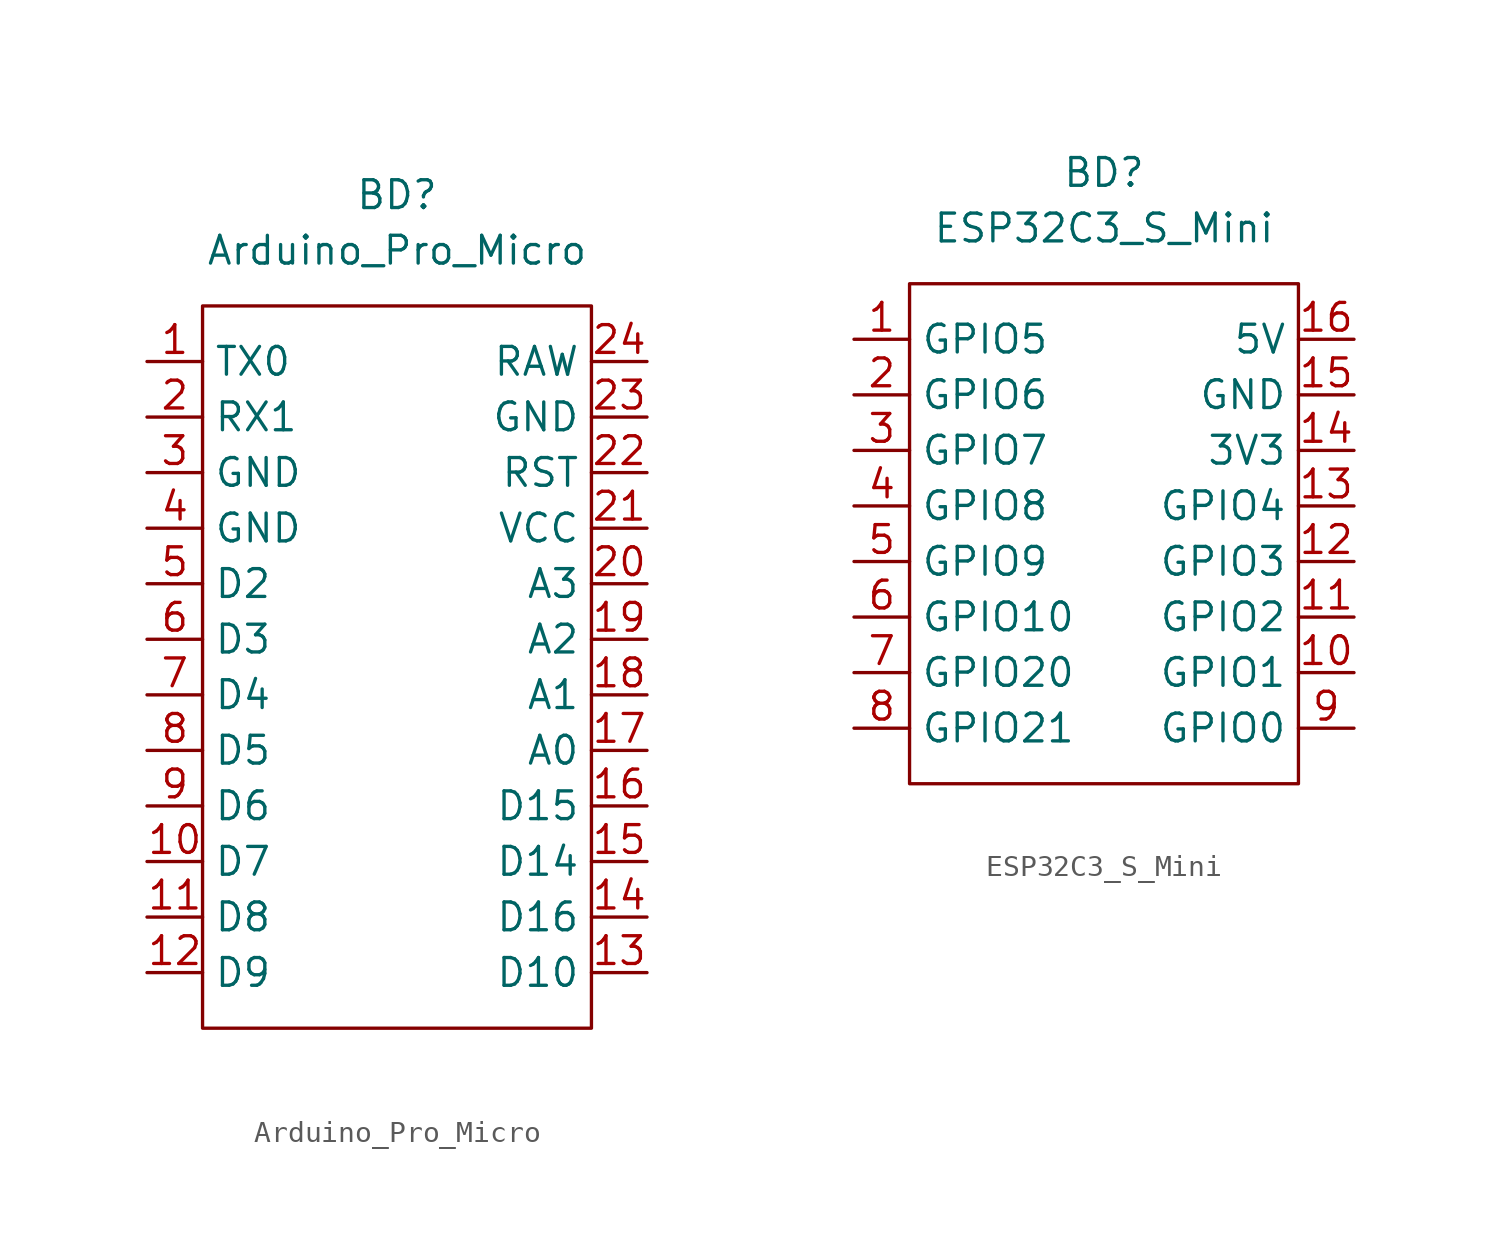
<source format=kicad_sym>
(kicad_symbol_lib
  (version 20231120)
  (generator "kicad_symbol_editor")
  (generator_version "8.0")
  (symbol "Arduino_Pro_Micro"
    (property "Reference" "BD"
      (at 0 21.59 0)
      (effects (font (size 1.27 1.27))))
    (property "Value" "Arduino_Pro_Micro"
      (at 0 19.05 0)
      (effects (font (size 1.27 1.27))))
    (symbol "Arduino_Pro_Micro_1_1"
      (rectangle (start -8.89 16.51) (end 8.89 -16.51) (stroke (width 0) (type default)) (fill (type none)))
      (pin bidirectional line (at -11.43 13.97 0) (length 2.54) (name "TX0" (effects (font (size 1.27 1.27)))) (number "1" (effects (font (size 1.27 1.27)))))
      (pin bidirectional line (at -11.43 -8.89 0) (length 2.54) (name "D7" (effects (font (size 1.27 1.27)))) (number "10" (effects (font (size 1.27 1.27)))))
      (pin bidirectional line (at -11.43 -11.43 0) (length 2.54) (name "D8" (effects (font (size 1.27 1.27)))) (number "11" (effects (font (size 1.27 1.27)))))
      (pin bidirectional line (at -11.43 -13.97 0) (length 2.54) (name "D9" (effects (font (size 1.27 1.27)))) (number "12" (effects (font (size 1.27 1.27)))))
      (pin bidirectional line (at 11.43 -13.97 180) (length 2.54) (name "D10" (effects (font (size 1.27 1.27)))) (number "13" (effects (font (size 1.27 1.27)))))
      (pin bidirectional line (at 11.43 -11.43 180) (length 2.54) (name "D16" (effects (font (size 1.27 1.27)))) (number "14" (effects (font (size 1.27 1.27)))))
      (pin bidirectional line (at 11.43 -8.89 180) (length 2.54) (name "D14" (effects (font (size 1.27 1.27)))) (number "15" (effects (font (size 1.27 1.27)))))
      (pin bidirectional line (at 11.43 -6.35 180) (length 2.54) (name "D15" (effects (font (size 1.27 1.27)))) (number "16" (effects (font (size 1.27 1.27)))))
      (pin bidirectional line (at 11.43 -3.81 180) (length 2.54) (name "A0" (effects (font (size 1.27 1.27)))) (number "17" (effects (font (size 1.27 1.27)))))
      (pin bidirectional line (at 11.43 -1.27 180) (length 2.54) (name "A1" (effects (font (size 1.27 1.27)))) (number "18" (effects (font (size 1.27 1.27)))))
      (pin bidirectional line (at 11.43 1.27 180) (length 2.54) (name "A2" (effects (font (size 1.27 1.27)))) (number "19" (effects (font (size 1.27 1.27)))))
      (pin bidirectional line (at -11.43 11.43 0) (length 2.54) (name "RX1" (effects (font (size 1.27 1.27)))) (number "2" (effects (font (size 1.27 1.27)))))
      (pin bidirectional line (at 11.43 3.81 180) (length 2.54) (name "A3" (effects (font (size 1.27 1.27)))) (number "20" (effects (font (size 1.27 1.27)))))
      (pin passive line (at 11.43 6.35 180) (length 2.54) (name "VCC" (effects (font (size 1.27 1.27)))) (number "21" (effects (font (size 1.27 1.27)))))
      (pin input line (at 11.43 8.89 180) (length 2.54) (name "RST" (effects (font (size 1.27 1.27)))) (number "22" (effects (font (size 1.27 1.27)))))
      (pin passive line (at 11.43 11.43 180) (length 2.54) (name "GND" (effects (font (size 1.27 1.27)))) (number "23" (effects (font (size 1.27 1.27)))))
      (pin passive line (at 11.43 13.97 180) (length 2.54) (name "RAW" (effects (font (size 1.27 1.27)))) (number "24" (effects (font (size 1.27 1.27)))))
      (pin passive line (at -11.43 8.89 0) (length 2.54) (name "GND" (effects (font (size 1.27 1.27)))) (number "3" (effects (font (size 1.27 1.27)))))
      (pin passive line (at -11.43 6.35 0) (length 2.54) (name "GND" (effects (font (size 1.27 1.27)))) (number "4" (effects (font (size 1.27 1.27)))))
      (pin bidirectional line (at -11.43 3.81 0) (length 2.54) (name "D2" (effects (font (size 1.27 1.27)))) (number "5" (effects (font (size 1.27 1.27)))))
      (pin bidirectional line (at -11.43 1.27 0) (length 2.54) (name "D3" (effects (font (size 1.27 1.27)))) (number "6" (effects (font (size 1.27 1.27)))))
      (pin bidirectional line (at -11.43 -1.27 0) (length 2.54) (name "D4" (effects (font (size 1.27 1.27)))) (number "7" (effects (font (size 1.27 1.27)))))
      (pin bidirectional line (at -11.43 -3.81 0) (length 2.54) (name "D5" (effects (font (size 1.27 1.27)))) (number "8" (effects (font (size 1.27 1.27)))))
      (pin bidirectional line (at -11.43 -6.35 0) (length 2.54) (name "D6" (effects (font (size 1.27 1.27)))) (number "9" (effects (font (size 1.27 1.27)))))))
  (symbol "ESP32C3_S_Mini"
    (property "Reference" "BD"
      (at 0 16.51 0)
      (effects (font (size 1.27 1.27))))
    (property "Value" "ESP32C3_S_Mini"
      (at 0 13.97 0)
      (effects (font (size 1.27 1.27))))
    (symbol "ESP32C3_S_Mini_0_1"
      (rectangle (start -8.89 11.43) (end 8.89 -11.43) (stroke (width 0) (type default)) (fill (type none))))
    (symbol "ESP32C3_S_Mini_1_1"
      (pin bidirectional line (at -11.43 8.89 0) (length 2.54) (name "GPIO5" (effects (font (size 1.27 1.27)))) (number "1" (effects (font (size 1.27 1.27)))))
      (pin bidirectional line (at 11.43 -6.35 180) (length 2.54) (name "GPIO1" (effects (font (size 1.27 1.27)))) (number "10" (effects (font (size 1.27 1.27)))))
      (pin bidirectional line (at 11.43 -3.81 180) (length 2.54) (name "GPIO2" (effects (font (size 1.27 1.27)))) (number "11" (effects (font (size 1.27 1.27)))))
      (pin bidirectional line (at 11.43 -1.27 180) (length 2.54) (name "GPIO3" (effects (font (size 1.27 1.27)))) (number "12" (effects (font (size 1.27 1.27)))))
      (pin bidirectional line (at 11.43 1.27 180) (length 2.54) (name "GPIO4" (effects (font (size 1.27 1.27)))) (number "13" (effects (font (size 1.27 1.27)))))
      (pin power_out line (at 11.43 3.81 180) (length 2.54) (name "3V3" (effects (font (size 1.27 1.27)))) (number "14" (effects (font (size 1.27 1.27)))))
      (pin passive line (at 11.43 6.35 180) (length 2.54) (name "GND" (effects (font (size 1.27 1.27)))) (number "15" (effects (font (size 1.27 1.27)))))
      (pin passive line (at 11.43 8.89 180) (length 2.54) (name "5V" (effects (font (size 1.27 1.27)))) (number "16" (effects (font (size 1.27 1.27)))))
      (pin bidirectional line (at -11.43 6.35 0) (length 2.54) (name "GPIO6" (effects (font (size 1.27 1.27)))) (number "2" (effects (font (size 1.27 1.27)))))
      (pin bidirectional line (at -11.43 3.81 0) (length 2.54) (name "GPIO7" (effects (font (size 1.27 1.27)))) (number "3" (effects (font (size 1.27 1.27)))))
      (pin bidirectional line (at -11.43 1.27 0) (length 2.54) (name "GPIO8" (effects (font (size 1.27 1.27)))) (number "4" (effects (font (size 1.27 1.27)))))
      (pin bidirectional line (at -11.43 -1.27 0) (length 2.54) (name "GPIO9" (effects (font (size 1.27 1.27)))) (number "5" (effects (font (size 1.27 1.27)))))
      (pin bidirectional line (at -11.43 -3.81 0) (length 2.54) (name "GPIO10" (effects (font (size 1.27 1.27)))) (number "6" (effects (font (size 1.27 1.27)))))
      (pin bidirectional line (at -11.43 -6.35 0) (length 2.54) (name "GPIO20" (effects (font (size 1.27 1.27)))) (number "7" (effects (font (size 1.27 1.27)))))
      (pin bidirectional line (at -11.43 -8.89 0) (length 2.54) (name "GPIO21" (effects (font (size 1.27 1.27)))) (number "8" (effects (font (size 1.27 1.27)))))
      (pin bidirectional line (at 11.43 -8.89 180) (length 2.54) (name "GPIO0" (effects (font (size 1.27 1.27)))) (number "9" (effects (font (size 1.27 1.27))))))))
</source>
